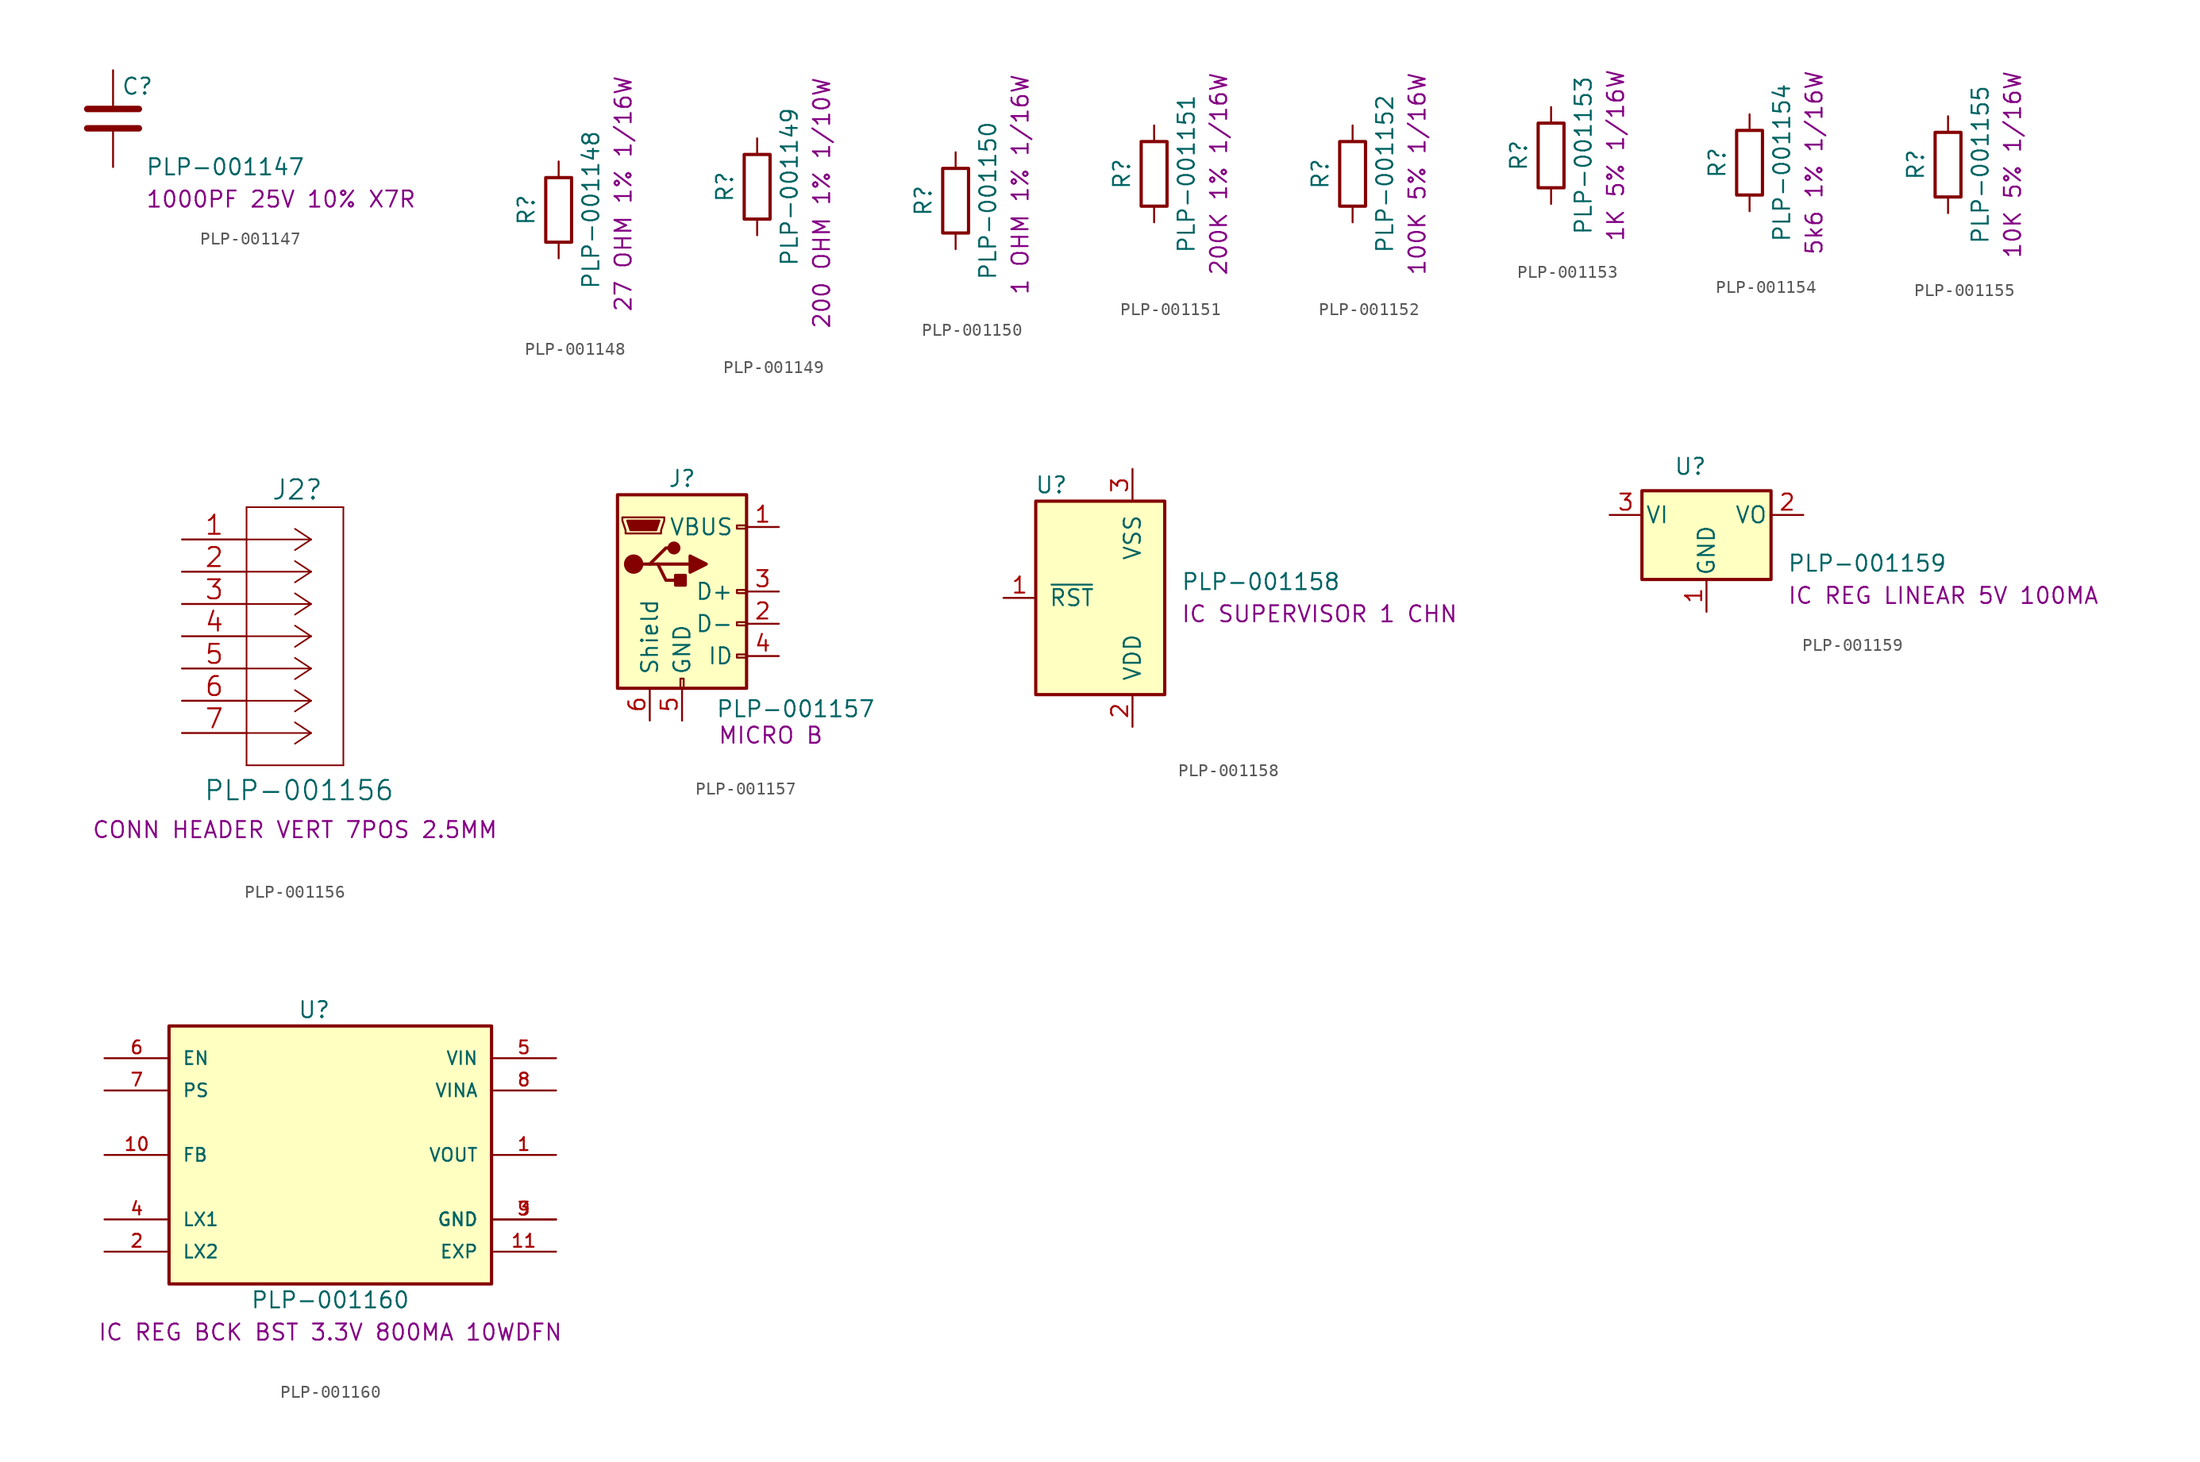
<source format=kicad_sym>
(kicad_symbol_lib
  (version 20241209)
  (generator "kicad_symbol_editor")
  (generator_version "9.0")
  (symbol "PLP-001147"
    (pin_numbers
      (hide yes))
    (pin_names
      (offset 0.254))
    (property "Reference" "C"
      (at 0.635 2.54 0)
      (effects (font (size 1.27 1.27)) (justify left)))
    (property "Value" "PLP-001147"
      (at 2.54 -3.81 0)
      (effects (font (size 1.27 1.27)) (justify left)))
    (property "Info" "1000PF 25V 10% X7R"
      (at 2.54 -6.35 0)
      (effects (font (size 1.27 1.27)) (justify left)))
    (symbol "PLP-001147_0_1"
      (polyline (pts (xy -2.032 0.762) (xy 2.032 0.762)) (stroke (width 0.508) (type default)) (fill (type none)))
      (polyline (pts (xy -2.032 -0.762) (xy 2.032 -0.762)) (stroke (width 0.508) (type default)) (fill (type none))))
    (symbol "PLP-001147_1_1"
      (pin passive line (at 0 3.81 270) (length 2.794) (name "~" (effects (font (size 1.27 1.27)))) (number "1" (effects (font (size 1.27 1.27)))))
      (pin passive line (at 0 -3.81 90) (length 2.794) (name "~" (effects (font (size 1.27 1.27)))) (number "2" (effects (font (size 1.27 1.27)))))))
  (symbol "PLP-001148"
    (pin_numbers
      (hide yes))
    (pin_names
      (offset 0))
    (property "Reference" "R"
      (at -2.54 0 90)
      (effects (font (size 1.27 1.27))))
    (property "Value" "PLP-001148"
      (at 2.54 0 90)
      (effects (font (size 1.27 1.27))))
    (property "Info" "27 OHM 1% 1/16W"
      (at 5.08 1.27 90)
      (effects (font (size 1.27 1.27))))
    (symbol "PLP-001148_0_1"
      (rectangle (start -1.016 -2.54) (end 1.016 2.54) (stroke (width 0.254) (type default)) (fill (type none))))
    (symbol "PLP-001148_1_1"
      (pin passive line (at 0 3.81 270) (length 1.27) (name "~" (effects (font (size 1.27 1.27)))) (number "1" (effects (font (size 1.27 1.27)))))
      (pin passive line (at 0 -3.81 90) (length 1.27) (name "~" (effects (font (size 1.27 1.27)))) (number "2" (effects (font (size 1.27 1.27)))))))
  (symbol "PLP-001149"
    (pin_numbers
      (hide yes))
    (pin_names
      (offset 0))
    (property "Reference" "R"
      (at -2.54 0 90)
      (effects (font (size 1.27 1.27))))
    (property "Value" "PLP-001149"
      (at 2.54 0 90)
      (effects (font (size 1.27 1.27))))
    (property "Info" "200 OHM 1% 1/10W"
      (at 5.08 -1.27 90)
      (effects (font (size 1.27 1.27))))
    (symbol "PLP-001149_0_1"
      (rectangle (start -1.016 -2.54) (end 1.016 2.54) (stroke (width 0.254) (type default)) (fill (type none))))
    (symbol "PLP-001149_1_1"
      (pin passive line (at 0 3.81 270) (length 1.27) (name "~" (effects (font (size 1.27 1.27)))) (number "1" (effects (font (size 1.27 1.27)))))
      (pin passive line (at 0 -3.81 90) (length 1.27) (name "~" (effects (font (size 1.27 1.27)))) (number "2" (effects (font (size 1.27 1.27)))))))
  (symbol "PLP-001150"
    (pin_numbers
      (hide yes))
    (pin_names
      (offset 0))
    (property "Reference" "R"
      (at -2.54 0 90)
      (effects (font (size 1.27 1.27))))
    (property "Value" "PLP-001150"
      (at 2.54 0 90)
      (effects (font (size 1.27 1.27))))
    (property "Info" "1 OHM 1% 1/16W"
      (at 5.08 1.27 90)
      (effects (font (size 1.27 1.27))))
    (symbol "PLP-001150_0_1"
      (rectangle (start -1.016 -2.54) (end 1.016 2.54) (stroke (width 0.254) (type default)) (fill (type none))))
    (symbol "PLP-001150_1_1"
      (pin passive line (at 0 3.81 270) (length 1.27) (name "~" (effects (font (size 1.27 1.27)))) (number "1" (effects (font (size 1.27 1.27)))))
      (pin passive line (at 0 -3.81 90) (length 1.27) (name "~" (effects (font (size 1.27 1.27)))) (number "2" (effects (font (size 1.27 1.27)))))))
  (symbol "PLP-001151"
    (pin_numbers
      (hide yes))
    (pin_names
      (offset 0))
    (property "Reference" "R"
      (at -2.54 0 90)
      (effects (font (size 1.27 1.27))))
    (property "Value" "PLP-001151"
      (at 2.54 0 90)
      (effects (font (size 1.27 1.27))))
    (property "Info" "200K 1% 1/16W"
      (at 5.08 0 90)
      (effects (font (size 1.27 1.27))))
    (symbol "PLP-001151_0_1"
      (rectangle (start -1.016 -2.54) (end 1.016 2.54) (stroke (width 0.254) (type default)) (fill (type none))))
    (symbol "PLP-001151_1_1"
      (pin passive line (at 0 3.81 270) (length 1.27) (name "~" (effects (font (size 1.27 1.27)))) (number "1" (effects (font (size 1.27 1.27)))))
      (pin passive line (at 0 -3.81 90) (length 1.27) (name "~" (effects (font (size 1.27 1.27)))) (number "2" (effects (font (size 1.27 1.27)))))))
  (symbol "PLP-001152"
    (pin_numbers
      (hide yes))
    (pin_names
      (offset 0))
    (property "Reference" "R"
      (at -2.54 0 90)
      (effects (font (size 1.27 1.27))))
    (property "Value" "PLP-001152"
      (at 2.54 0 90)
      (effects (font (size 1.27 1.27))))
    (property "Info" "100K 5% 1/16W"
      (at 5.08 0 90)
      (effects (font (size 1.27 1.27))))
    (symbol "PLP-001152_0_1"
      (rectangle (start -1.016 -2.54) (end 1.016 2.54) (stroke (width 0.254) (type default)) (fill (type none))))
    (symbol "PLP-001152_1_1"
      (pin passive line (at 0 3.81 270) (length 1.27) (name "~" (effects (font (size 1.27 1.27)))) (number "1" (effects (font (size 1.27 1.27)))))
      (pin passive line (at 0 -3.81 90) (length 1.27) (name "~" (effects (font (size 1.27 1.27)))) (number "2" (effects (font (size 1.27 1.27)))))))
  (symbol "PLP-001153"
    (pin_numbers
      (hide yes))
    (pin_names
      (offset 0))
    (property "Reference" "R"
      (at -2.54 0 90)
      (effects (font (size 1.27 1.27))))
    (property "Value" "PLP-001153"
      (at 2.54 0 90)
      (effects (font (size 1.27 1.27))))
    (property "Info" "1K 5% 1/16W"
      (at 5.08 0 90)
      (effects (font (size 1.27 1.27))))
    (symbol "PLP-001153_0_1"
      (rectangle (start -1.016 -2.54) (end 1.016 2.54) (stroke (width 0.254) (type default)) (fill (type none))))
    (symbol "PLP-001153_1_1"
      (pin passive line (at 0 3.81 270) (length 1.27) (name "~" (effects (font (size 1.27 1.27)))) (number "1" (effects (font (size 1.27 1.27)))))
      (pin passive line (at 0 -3.81 90) (length 1.27) (name "~" (effects (font (size 1.27 1.27)))) (number "2" (effects (font (size 1.27 1.27)))))))
  (symbol "PLP-001154"
    (pin_numbers
      (hide yes))
    (pin_names
      (offset 0))
    (property "Reference" "R"
      (at -2.54 0 90)
      (effects (font (size 1.27 1.27))))
    (property "Value" "PLP-001154"
      (at 2.54 0 90)
      (effects (font (size 1.27 1.27))))
    (property "Info" "5k6 1% 1/16W"
      (at 5.08 0 90)
      (effects (font (size 1.27 1.27))))
    (symbol "PLP-001154_0_1"
      (rectangle (start -1.016 -2.54) (end 1.016 2.54) (stroke (width 0.254) (type default)) (fill (type none))))
    (symbol "PLP-001154_1_1"
      (pin passive line (at 0 3.81 270) (length 1.27) (name "~" (effects (font (size 1.27 1.27)))) (number "1" (effects (font (size 1.27 1.27)))))
      (pin passive line (at 0 -3.81 90) (length 1.27) (name "~" (effects (font (size 1.27 1.27)))) (number "2" (effects (font (size 1.27 1.27)))))))
  (symbol "PLP-001155"
    (pin_numbers
      (hide yes))
    (pin_names
      (offset 0))
    (property "Reference" "R"
      (at -2.54 0 90)
      (effects (font (size 1.27 1.27))))
    (property "Value" "PLP-001155"
      (at 2.54 0 90)
      (effects (font (size 1.27 1.27))))
    (property "Info" "10K 5% 1/16W"
      (at 5.08 0 90)
      (effects (font (size 1.27 1.27))))
    (symbol "PLP-001155_0_1"
      (rectangle (start -1.016 -2.54) (end 1.016 2.54) (stroke (width 0.254) (type default)) (fill (type none))))
    (symbol "PLP-001155_1_1"
      (pin passive line (at 0 3.81 270) (length 1.27) (name "~" (effects (font (size 1.27 1.27)))) (number "1" (effects (font (size 1.27 1.27)))))
      (pin passive line (at 0 -3.81 90) (length 1.27) (name "~" (effects (font (size 1.27 1.27)))) (number "2" (effects (font (size 1.27 1.27)))))))
  (symbol "PLP-001156"
    (pin_names
      (offset 0.254)
      (hide yes))
    (property "Reference" "J2"
      (at 7.01 3.912 0)
      (effects (font (size 1.524 1.524)) (justify left)))
    (property "Value" "PLP-001156"
      (at 1.676 -19.761 0)
      (effects (font (size 1.524 1.524)) (justify left)))
    (property "Datasheet" ""
      (at 0 0 0)
      (effects (font (size 1.524 1.524))))
    (property "Info" "CONN HEADER VERT 7POS 2.5MM"
      (at 8.89 -22.86 0)
      (effects (font (size 1.27 1.27))))
    (symbol "PLP-001156_1_1"
      (polyline (pts (xy 5.08 2.54) (xy 5.08 -17.78)) (stroke (width 0.127) (type default)) (fill (type none)))
      (polyline (pts (xy 5.08 -17.78) (xy 12.7 -17.78)) (stroke (width 0.127) (type default)) (fill (type none)))
      (polyline (pts (xy 10.16 0) (xy 5.08 0)) (stroke (width 0.127) (type default)) (fill (type none)))
      (polyline (pts (xy 10.16 0) (xy 8.89 0.838)) (stroke (width 0.127) (type default)) (fill (type none)))
      (polyline (pts (xy 10.16 0) (xy 8.89 -0.838)) (stroke (width 0.127) (type default)) (fill (type none)))
      (polyline (pts (xy 10.16 -2.54) (xy 5.08 -2.54)) (stroke (width 0.127) (type default)) (fill (type none)))
      (polyline (pts (xy 10.16 -2.54) (xy 8.89 -1.702)) (stroke (width 0.127) (type default)) (fill (type none)))
      (polyline (pts (xy 10.16 -2.54) (xy 8.89 -3.378)) (stroke (width 0.127) (type default)) (fill (type none)))
      (polyline (pts (xy 10.16 -5.08) (xy 5.08 -5.08)) (stroke (width 0.127) (type default)) (fill (type none)))
      (polyline (pts (xy 10.16 -5.08) (xy 8.89 -4.242)) (stroke (width 0.127) (type default)) (fill (type none)))
      (polyline (pts (xy 10.16 -5.08) (xy 8.89 -5.918)) (stroke (width 0.127) (type default)) (fill (type none)))
      (polyline (pts (xy 10.16 -7.62) (xy 5.08 -7.62)) (stroke (width 0.127) (type default)) (fill (type none)))
      (polyline (pts (xy 10.16 -7.62) (xy 8.89 -6.782)) (stroke (width 0.127) (type default)) (fill (type none)))
      (polyline (pts (xy 10.16 -7.62) (xy 8.89 -8.458)) (stroke (width 0.127) (type default)) (fill (type none)))
      (polyline (pts (xy 10.16 -10.16) (xy 5.08 -10.16)) (stroke (width 0.127) (type default)) (fill (type none)))
      (polyline (pts (xy 10.16 -10.16) (xy 8.89 -9.322)) (stroke (width 0.127) (type default)) (fill (type none)))
      (polyline (pts (xy 10.16 -10.16) (xy 8.89 -10.998)) (stroke (width 0.127) (type default)) (fill (type none)))
      (polyline (pts (xy 10.16 -12.7) (xy 5.08 -12.7)) (stroke (width 0.127) (type default)) (fill (type none)))
      (polyline (pts (xy 10.16 -12.7) (xy 8.89 -11.862)) (stroke (width 0.127) (type default)) (fill (type none)))
      (polyline (pts (xy 10.16 -12.7) (xy 8.89 -13.538)) (stroke (width 0.127) (type default)) (fill (type none)))
      (polyline (pts (xy 10.16 -15.24) (xy 5.08 -15.24)) (stroke (width 0.127) (type default)) (fill (type none)))
      (polyline (pts (xy 10.16 -15.24) (xy 8.89 -14.402)) (stroke (width 0.127) (type default)) (fill (type none)))
      (polyline (pts (xy 10.16 -15.24) (xy 8.89 -16.078)) (stroke (width 0.127) (type default)) (fill (type none)))
      (polyline (pts (xy 12.7 2.54) (xy 5.08 2.54)) (stroke (width 0.127) (type default)) (fill (type none)))
      (polyline (pts (xy 12.7 -17.78) (xy 12.7 2.54)) (stroke (width 0.127) (type default)) (fill (type none)))
      (pin unspecified line (at 0 0 0) (length 5.08) (name "1" (effects (font (size 1.499 1.499)))) (number "1" (effects (font (size 1.499 1.499)))))
      (pin unspecified line (at 0 -2.54 0) (length 5.08) (name "2" (effects (font (size 1.499 1.499)))) (number "2" (effects (font (size 1.499 1.499)))))
      (pin unspecified line (at 0 -5.08 0) (length 5.08) (name "3" (effects (font (size 1.499 1.499)))) (number "3" (effects (font (size 1.499 1.499)))))
      (pin unspecified line (at 0 -7.62 0) (length 5.08) (name "4" (effects (font (size 1.499 1.499)))) (number "4" (effects (font (size 1.499 1.499)))))
      (pin unspecified line (at 0 -10.16 0) (length 5.08) (name "5" (effects (font (size 1.499 1.499)))) (number "5" (effects (font (size 1.499 1.499)))))
      (pin unspecified line (at 0 -12.7 0) (length 5.08) (name "6" (effects (font (size 1.499 1.499)))) (number "6" (effects (font (size 1.499 1.499)))))
      (pin unspecified line (at 0 -15.24 0) (length 5.08) (name "7" (effects (font (size 1.499 1.499)))) (number "7" (effects (font (size 1.499 1.499)))))))
  (symbol "PLP-001157"
    (pin_names
      (offset 1.016))
    (property "Reference" "J"
      (at 0 8.89 0)
      (effects (font (size 1.27 1.27))))
    (property "Value" "PLP-001157"
      (at 2.642 -9.246 0)
      (effects (font (size 1.27 1.27)) (justify left)))
    (property "Info" "MICRO B"
      (at 2.794 -11.328 0)
      (effects (font (size 1.27 1.27)) (justify left)))
    (symbol "PLP-001157_0_1"
      (rectangle (start -5.08 -7.62) (end 5.08 7.62) (stroke (width 0.254) (type default)) (fill (type background)))
      (polyline (pts (xy -4.699 5.842) (xy -4.699 5.588) (xy -4.445 4.826) (xy -4.445 4.572) (xy -1.651 4.572) (xy -1.651 4.826) (xy -1.397 5.588) (xy -1.397 5.842) (xy -4.699 5.842)) (stroke (width 0) (type default)) (fill (type none)))
      (polyline (pts (xy -4.318 5.588) (xy -1.778 5.588) (xy -2.032 4.826) (xy -4.064 4.826) (xy -4.318 5.588)) (stroke (width 0) (type default)) (fill (type outline)))
      (circle (center -3.81 2.159) (radius 0.635) (stroke (width 0.254) (type default)) (fill (type outline)))
      (polyline (pts (xy -3.175 2.159) (xy -2.54 2.159) (xy -1.27 3.429) (xy -0.635 3.429)) (stroke (width 0.254) (type default)) (fill (type none)))
      (polyline (pts (xy -2.54 2.159) (xy -1.905 2.159) (xy -1.27 0.889) (xy 0 0.889)) (stroke (width 0.254) (type default)) (fill (type none)))
      (polyline (pts (xy -1.905 2.159) (xy 0.635 2.159)) (stroke (width 0.254) (type default)) (fill (type none)))
      (circle (center -0.635 3.429) (radius 0.381) (stroke (width 0.254) (type default)) (fill (type outline)))
      (rectangle (start -0.127 -7.62) (end 0.127 -6.858) (stroke (width 0) (type default)) (fill (type none)))
      (rectangle (start 0.254 1.27) (end -0.508 0.508) (stroke (width 0.254) (type default)) (fill (type outline)))
      (polyline (pts (xy 0.635 2.794) (xy 0.635 1.524) (xy 1.905 2.159) (xy 0.635 2.794)) (stroke (width 0.254) (type default)) (fill (type outline)))
      (rectangle (start 5.08 4.953) (end 4.318 5.207) (stroke (width 0) (type default)) (fill (type none)))
      (rectangle (start 5.08 -0.127) (end 4.318 0.127) (stroke (width 0) (type default)) (fill (type none)))
      (rectangle (start 5.08 -2.667) (end 4.318 -2.413) (stroke (width 0) (type default)) (fill (type none)))
      (rectangle (start 5.08 -5.207) (end 4.318 -4.953) (stroke (width 0) (type default)) (fill (type none))))
    (symbol "PLP-001157_1_1"
      (pin passive line (at -2.54 -10.16 90) (length 2.54) (name "Shield" (effects (font (size 1.27 1.27)))) (number "6" (effects (font (size 1.27 1.27)))))
      (pin power_out line (at 0 -10.16 90) (length 2.54) (name "GND" (effects (font (size 1.27 1.27)))) (number "5" (effects (font (size 1.27 1.27)))))
      (pin power_out line (at 7.62 5.08 180) (length 2.54) (name "VBUS" (effects (font (size 1.27 1.27)))) (number "1" (effects (font (size 1.27 1.27)))))
      (pin bidirectional line (at 7.62 0 180) (length 2.54) (name "D+" (effects (font (size 1.27 1.27)))) (number "3" (effects (font (size 1.27 1.27)))))
      (pin bidirectional line (at 7.62 -2.54 180) (length 2.54) (name "D-" (effects (font (size 1.27 1.27)))) (number "2" (effects (font (size 1.27 1.27)))))
      (pin passive line (at 7.62 -5.08 180) (length 2.54) (name "ID" (effects (font (size 1.27 1.27)))) (number "4" (effects (font (size 1.27 1.27)))))))
  (symbol "PLP-001158"
    (pin_names
      (offset 1.016))
    (property "Reference" "U"
      (at -2.54 10.16 0)
      (effects (font (size 1.27 1.27)) (justify right)))
    (property "Value" "PLP-001158"
      (at 6.35 2.54 0)
      (effects (font (size 1.27 1.27)) (justify left)))
    (property "Info" "IC SUPERVISOR 1 CHN"
      (at 6.35 0 0)
      (effects (font (size 1.27 1.27)) (justify left)))
    (symbol "PLP-001158_1_1"
      (rectangle (start 5.08 -6.35) (end -5.08 8.89) (stroke (width 0.254) (type default)) (fill (type background)))
      (pin output line (at -7.62 1.27 0) (length 2.54) (name "~{RST}" (effects (font (size 1.27 1.27)))) (number "1" (effects (font (size 1.27 1.27)))))
      (pin power_in line (at 2.54 11.43 270) (length 2.54) (name "VSS" (effects (font (size 1.27 1.27)))) (number "3" (effects (font (size 1.27 1.27)))))
      (pin power_in line (at 2.54 -8.89 90) (length 2.54) (name "VDD" (effects (font (size 1.27 1.27)))) (number "2" (effects (font (size 1.27 1.27)))))))
  (symbol "PLP-001159"
    (pin_names
      (offset 0.254))
    (property "Reference" "U"
      (at -1.27 3.81 0)
      (effects (font (size 1.27 1.27))))
    (property "Value" "PLP-001159"
      (at 6.35 -3.81 0)
      (effects (font (size 1.27 1.27)) (justify left)))
    (property "Info" "IC REG LINEAR 5V 100MA"
      (at 6.35 -6.35 0)
      (effects (font (size 1.27 1.27)) (justify left)))
    (symbol "PLP-001159_0_1"
      (rectangle (start -5.08 1.905) (end 5.08 -5.08) (stroke (width 0.254) (type default)) (fill (type background))))
    (symbol "PLP-001159_1_1"
      (pin power_in line (at -7.62 0 0) (length 2.54) (name "VI" (effects (font (size 1.27 1.27)))) (number "3" (effects (font (size 1.27 1.27)))))
      (pin power_in line (at 0 -7.62 90) (length 2.54) (name "GND" (effects (font (size 1.27 1.27)))) (number "1" (effects (font (size 1.27 1.27)))))
      (pin power_out line (at 7.62 0 180) (length 2.54) (name "VO" (effects (font (size 1.27 1.27)))) (number "2" (effects (font (size 1.27 1.27)))))))
  (symbol "PLP-001160"
    (pin_names
      (offset 1.016))
    (property "Reference" "U"
      (at -1.27 11.43 0)
      (effects (font (size 1.27 1.27))))
    (property "Value" "PLP-001160"
      (at 0 -11.43 0)
      (effects (font (size 1.27 1.27))))
    (property "Info" "IC REG BCK BST 3.3V 800MA 10WDFN"
      (at 0 -13.97 0)
      (effects (font (size 1.27 1.27))))
    (symbol "PLP-001160_0_0"
      (rectangle (start -12.7 -10.16) (end 12.7 10.16) (stroke (width 0.254) (type default)) (fill (type background)))
      (pin input line (at -17.78 7.62 0) (length 5.08) (name "EN" (effects (font (size 1.016 1.016)))) (number "6" (effects (font (size 1.016 1.016)))))
      (pin input line (at -17.78 5.08 0) (length 5.08) (name "PS" (effects (font (size 1.016 1.016)))) (number "7" (effects (font (size 1.016 1.016)))))
      (pin input line (at -17.78 0 0) (length 5.08) (name "FB" (effects (font (size 1.016 1.016)))) (number "10" (effects (font (size 1.016 1.016)))))
      (pin passive line (at -17.78 -5.08 0) (length 5.08) (name "LX1" (effects (font (size 1.016 1.016)))) (number "4" (effects (font (size 1.016 1.016)))))
      (pin passive line (at -17.78 -7.62 0) (length 5.08) (name "LX2" (effects (font (size 1.016 1.016)))) (number "2" (effects (font (size 1.016 1.016)))))
      (pin power_in line (at 17.78 7.62 180) (length 5.08) (name "VIN" (effects (font (size 1.016 1.016)))) (number "5" (effects (font (size 1.016 1.016)))))
      (pin power_in line (at 17.78 5.08 180) (length 5.08) (name "VINA" (effects (font (size 1.016 1.016)))) (number "8" (effects (font (size 1.016 1.016)))))
      (pin output line (at 17.78 0 180) (length 5.08) (name "VOUT" (effects (font (size 1.016 1.016)))) (number "1" (effects (font (size 1.016 1.016)))))
      (pin power_in line (at 17.78 -5.08 180) (length 5.08) (name "GND" (effects (font (size 1.016 1.016)))) (number "3" (effects (font (size 1.016 1.016)))))
      (pin power_in line (at 17.78 -5.08 180) (length 5.08) (name "GND" (effects (font (size 1.016 1.016)))) (number "9" (effects (font (size 1.016 1.016)))))
      (pin passive line (at 17.78 -7.62 180) (length 5.08) (name "EXP" (effects (font (size 1.016 1.016)))) (number "11" (effects (font (size 1.016 1.016))))))))
</source>
